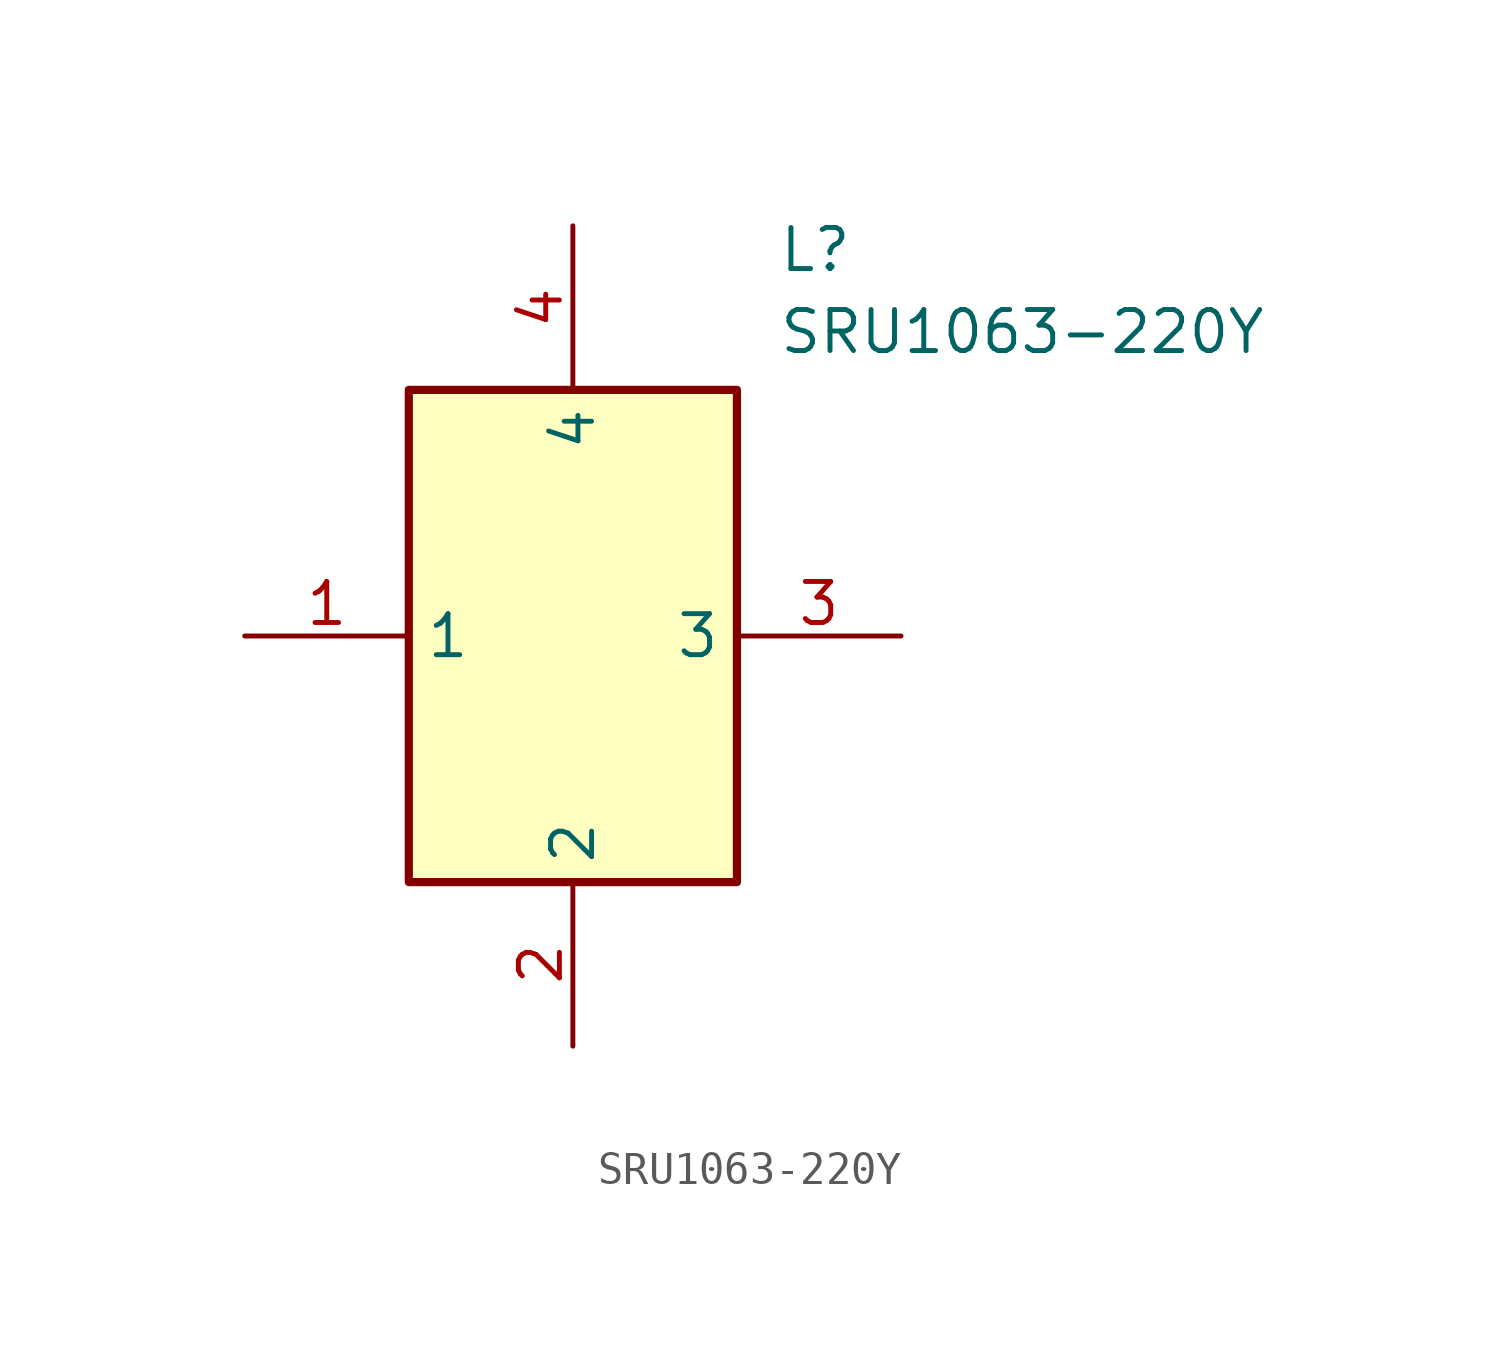
<source format=kicad_sym>
(kicad_symbol_lib
  (version 20211014)
  (generator SamacSys_ECAD_Model)
  (symbol "SRU1063-220Y"
    (property "Reference" "L"
      (at 16.51 12.7 0)
      (effects (font (size 1.27 1.27)) (justify left top)))
    (property "Value" "SRU1063-220Y"
      (at 16.51 10.16 0)
      (effects (font (size 1.27 1.27)) (justify left top)))
    (rectangle
      (start 5.08 7.62)
      (end 15.24 -7.62)
      (stroke (width 0.254) (type default))
      (fill (type background)))
    (pin passive line
      (at 0 0 0)
      (length 5.08)
      (name "1" (effects (font (size 1.27 1.27))))
      (number "1" (effects (font (size 1.27 1.27)))))
    (pin passive line
      (at 10.16 -12.7 90)
      (length 5.08)
      (name "2" (effects (font (size 1.27 1.27))))
      (number "2" (effects (font (size 1.27 1.27)))))
    (pin passive line
      (at 20.32 0 180)
      (length 5.08)
      (name "3" (effects (font (size 1.27 1.27))))
      (number "3" (effects (font (size 1.27 1.27)))))
    (pin passive line
      (at 10.16 12.7 270)
      (length 5.08)
      (name "4" (effects (font (size 1.27 1.27))))
      (number "4" (effects (font (size 1.27 1.27)))))))
</source>
